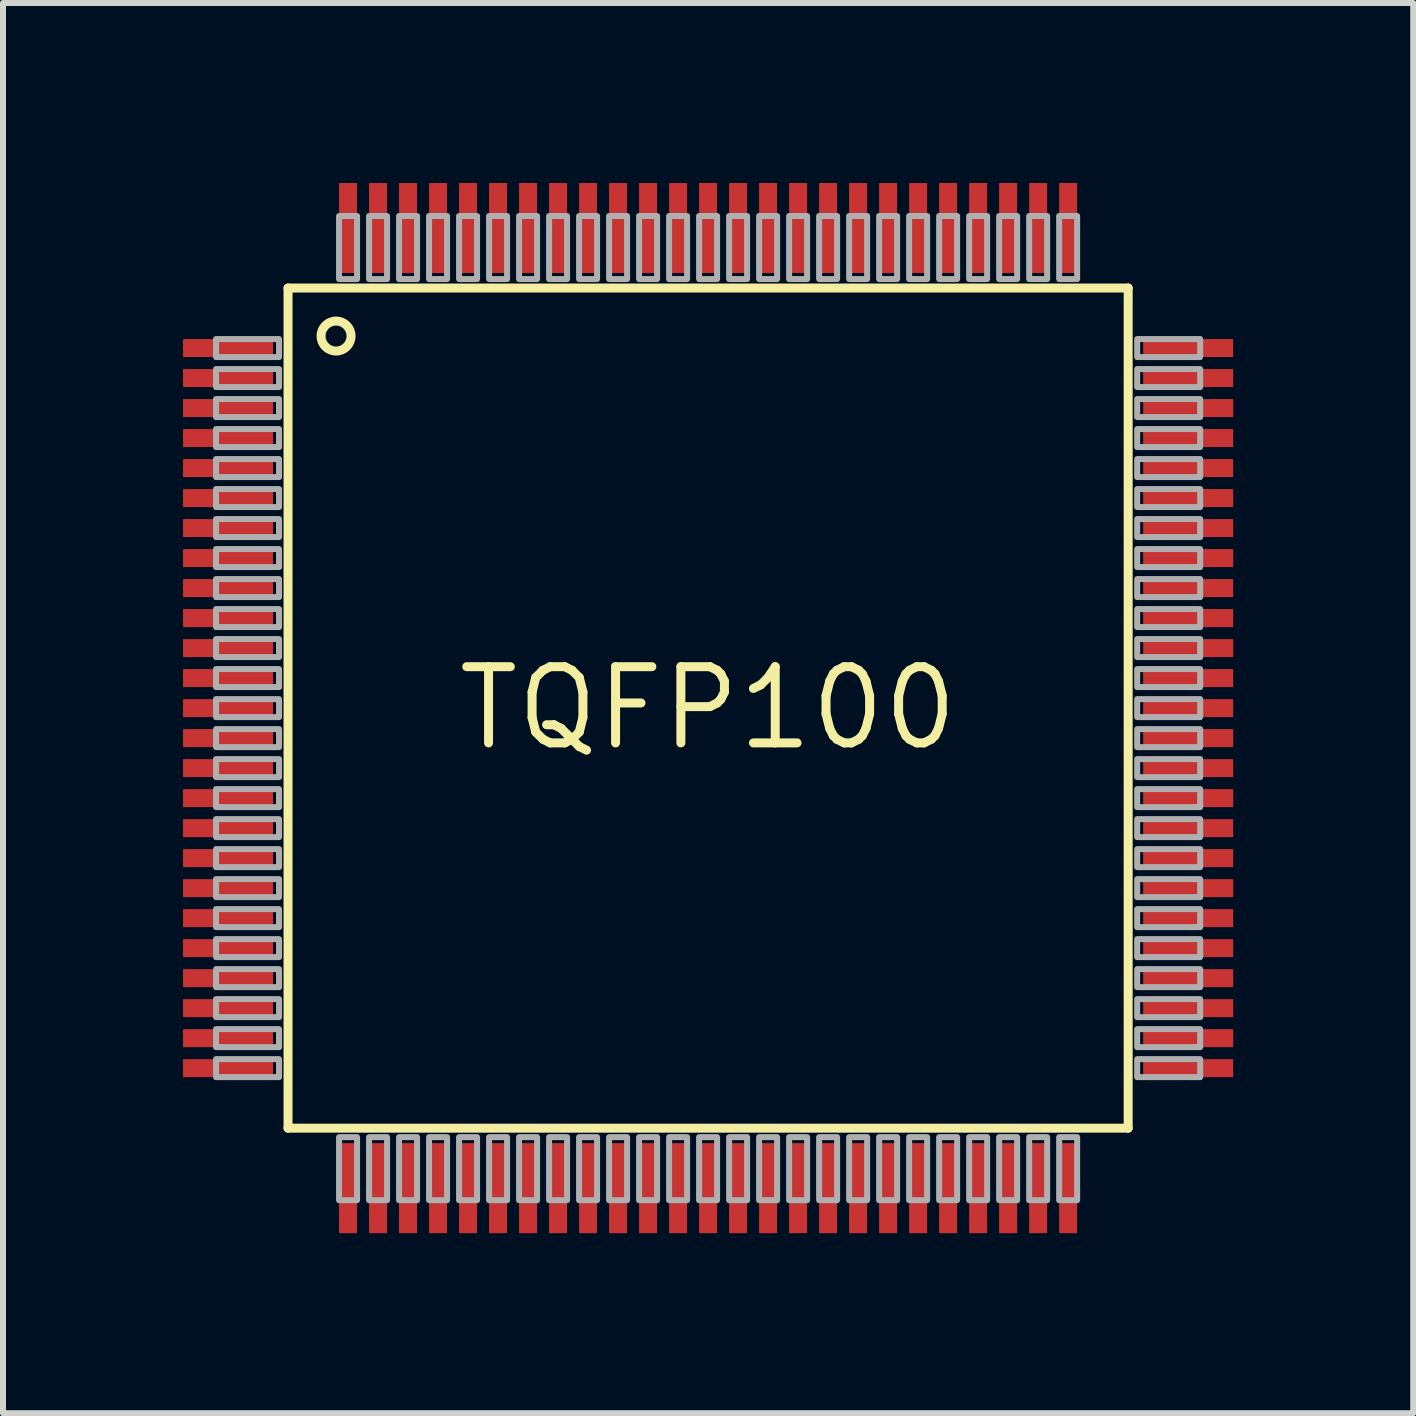
<source format=kicad_pcb>
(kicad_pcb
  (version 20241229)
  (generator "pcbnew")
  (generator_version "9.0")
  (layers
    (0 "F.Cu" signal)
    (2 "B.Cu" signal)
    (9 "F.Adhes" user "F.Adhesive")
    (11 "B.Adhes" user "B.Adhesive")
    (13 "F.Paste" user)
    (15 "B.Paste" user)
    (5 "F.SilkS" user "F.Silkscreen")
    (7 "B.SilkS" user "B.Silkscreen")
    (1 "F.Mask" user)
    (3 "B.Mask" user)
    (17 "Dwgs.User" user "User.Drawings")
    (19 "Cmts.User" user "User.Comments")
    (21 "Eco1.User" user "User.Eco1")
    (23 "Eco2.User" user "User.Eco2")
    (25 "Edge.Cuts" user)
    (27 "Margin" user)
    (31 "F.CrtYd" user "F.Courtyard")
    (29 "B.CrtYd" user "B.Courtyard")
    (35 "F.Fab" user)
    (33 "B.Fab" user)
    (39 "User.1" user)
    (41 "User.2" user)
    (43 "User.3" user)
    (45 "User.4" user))
  (footprint "TQFP100"
    (layer "F.Cu")
    (at 8.75 8.75)
    (property "Reference" "TQFP100" (at 0 0 0) (layer "F.SilkS") (effects (font (size 1.27 1.27) (thickness 0.15))))
    (attr through_hole)
    (fp_line (start -7 -7) (end 7 -7) (stroke (width 0.15) (type solid)) (layer "F.SilkS"))
    (fp_line (start -7 7) (end -7 -7) (stroke (width 0.15) (type solid)) (layer "F.SilkS"))
    (fp_line (start 7 -7) (end 7 7) (stroke (width 0.15) (type solid)) (layer "F.SilkS"))
    (fp_line (start 7 7) (end -7 7) (stroke (width 0.15) (type solid)) (layer "F.SilkS"))
    (fp_circle (center -6.2 -6.2) (end -5.95 -6.2) (stroke (width 0.15) (type solid)) (fill no) (layer "F.SilkS"))
    (fp_poly (pts (xy -8.2 -5.85) (xy -7.15 -5.85) (xy -7.15 -6.15) (xy -8.2 -6.15)) (stroke (width 0.1) (type solid)) (fill no) (layer "F.Fab"))
    (fp_poly (pts (xy -8.2 -5.35) (xy -7.15 -5.35) (xy -7.15 -5.65) (xy -8.2 -5.65)) (stroke (width 0.1) (type solid)) (fill no) (layer "F.Fab"))
    (fp_poly (pts (xy -8.2 -4.85) (xy -7.15 -4.85) (xy -7.15 -5.15) (xy -8.2 -5.15)) (stroke (width 0.1) (type solid)) (fill no) (layer "F.Fab"))
    (fp_poly (pts (xy -8.2 -4.35) (xy -7.15 -4.35) (xy -7.15 -4.65) (xy -8.2 -4.65)) (stroke (width 0.1) (type solid)) (fill no) (layer "F.Fab"))
    (fp_poly (pts (xy -8.2 -3.85) (xy -7.15 -3.85) (xy -7.15 -4.15) (xy -8.2 -4.15)) (stroke (width 0.1) (type solid)) (fill no) (layer "F.Fab"))
    (fp_poly (pts (xy -8.2 -3.35) (xy -7.15 -3.35) (xy -7.15 -3.65) (xy -8.2 -3.65)) (stroke (width 0.1) (type solid)) (fill no) (layer "F.Fab"))
    (fp_poly (pts (xy -8.2 -2.85) (xy -7.15 -2.85) (xy -7.15 -3.15) (xy -8.2 -3.15)) (stroke (width 0.1) (type solid)) (fill no) (layer "F.Fab"))
    (fp_poly (pts (xy -8.2 -2.35) (xy -7.15 -2.35) (xy -7.15 -2.65) (xy -8.2 -2.65)) (stroke (width 0.1) (type solid)) (fill no) (layer "F.Fab"))
    (fp_poly (pts (xy -8.2 -1.85) (xy -7.15 -1.85) (xy -7.15 -2.15) (xy -8.2 -2.15)) (stroke (width 0.1) (type solid)) (fill no) (layer "F.Fab"))
    (fp_poly (pts (xy -8.2 -1.35) (xy -7.15 -1.35) (xy -7.15 -1.65) (xy -8.2 -1.65)) (stroke (width 0.1) (type solid)) (fill no) (layer "F.Fab"))
    (fp_poly (pts (xy -8.2 -0.85) (xy -7.15 -0.85) (xy -7.15 -1.15) (xy -8.2 -1.15)) (stroke (width 0.1) (type solid)) (fill no) (layer "F.Fab"))
    (fp_poly (pts (xy -8.2 -0.35) (xy -7.15 -0.35) (xy -7.15 -0.65) (xy -8.2 -0.65)) (stroke (width 0.1) (type solid)) (fill no) (layer "F.Fab"))
    (fp_poly (pts (xy -8.2 0.15) (xy -7.15 0.15) (xy -7.15 -0.15) (xy -8.2 -0.15)) (stroke (width 0.1) (type solid)) (fill no) (layer "F.Fab"))
    (fp_poly (pts (xy -8.2 0.65) (xy -7.15 0.65) (xy -7.15 0.35) (xy -8.2 0.35)) (stroke (width 0.1) (type solid)) (fill no) (layer "F.Fab"))
    (fp_poly (pts (xy -8.2 1.15) (xy -7.15 1.15) (xy -7.15 0.85) (xy -8.2 0.85)) (stroke (width 0.1) (type solid)) (fill no) (layer "F.Fab"))
    (fp_poly (pts (xy -8.2 1.65) (xy -7.15 1.65) (xy -7.15 1.35) (xy -8.2 1.35)) (stroke (width 0.1) (type solid)) (fill no) (layer "F.Fab"))
    (fp_poly (pts (xy -8.2 2.15) (xy -7.15 2.15) (xy -7.15 1.85) (xy -8.2 1.85)) (stroke (width 0.1) (type solid)) (fill no) (layer "F.Fab"))
    (fp_poly (pts (xy -8.2 2.65) (xy -7.15 2.65) (xy -7.15 2.35) (xy -8.2 2.35)) (stroke (width 0.1) (type solid)) (fill no) (layer "F.Fab"))
    (fp_poly (pts (xy -8.2 3.15) (xy -7.15 3.15) (xy -7.15 2.85) (xy -8.2 2.85)) (stroke (width 0.1) (type solid)) (fill no) (layer "F.Fab"))
    (fp_poly (pts (xy -8.2 3.65) (xy -7.15 3.65) (xy -7.15 3.35) (xy -8.2 3.35)) (stroke (width 0.1) (type solid)) (fill no) (layer "F.Fab"))
    (fp_poly (pts (xy -8.2 4.15) (xy -7.15 4.15) (xy -7.15 3.85) (xy -8.2 3.85)) (stroke (width 0.1) (type solid)) (fill no) (layer "F.Fab"))
    (fp_poly (pts (xy -8.2 4.65) (xy -7.15 4.65) (xy -7.15 4.35) (xy -8.2 4.35)) (stroke (width 0.1) (type solid)) (fill no) (layer "F.Fab"))
    (fp_poly (pts (xy -8.2 5.15) (xy -7.15 5.15) (xy -7.15 4.85) (xy -8.2 4.85)) (stroke (width 0.1) (type solid)) (fill no) (layer "F.Fab"))
    (fp_poly (pts (xy -8.2 5.65) (xy -7.15 5.65) (xy -7.15 5.35) (xy -8.2 5.35)) (stroke (width 0.1) (type solid)) (fill no) (layer "F.Fab"))
    (fp_poly (pts (xy -8.2 6.15) (xy -7.15 6.15) (xy -7.15 5.85) (xy -8.2 5.85)) (stroke (width 0.1) (type solid)) (fill no) (layer "F.Fab"))
    (fp_poly (pts (xy -6.15 -7.15) (xy -5.85 -7.15) (xy -5.85 -8.2) (xy -6.15 -8.2)) (stroke (width 0.1) (type solid)) (fill no) (layer "F.Fab"))
    (fp_poly (pts (xy -6.15 8.2) (xy -5.85 8.2) (xy -5.85 7.15) (xy -6.15 7.15)) (stroke (width 0.1) (type solid)) (fill no) (layer "F.Fab"))
    (fp_poly (pts (xy -5.65 -7.15) (xy -5.35 -7.15) (xy -5.35 -8.2) (xy -5.65 -8.2)) (stroke (width 0.1) (type solid)) (fill no) (layer "F.Fab"))
    (fp_poly (pts (xy -5.65 8.2) (xy -5.35 8.2) (xy -5.35 7.15) (xy -5.65 7.15)) (stroke (width 0.1) (type solid)) (fill no) (layer "F.Fab"))
    (fp_poly (pts (xy -5.15 -7.15) (xy -4.85 -7.15) (xy -4.85 -8.2) (xy -5.15 -8.2)) (stroke (width 0.1) (type solid)) (fill no) (layer "F.Fab"))
    (fp_poly (pts (xy -5.15 8.2) (xy -4.85 8.2) (xy -4.85 7.15) (xy -5.15 7.15)) (stroke (width 0.1) (type solid)) (fill no) (layer "F.Fab"))
    (fp_poly (pts (xy -4.65 -7.15) (xy -4.35 -7.15) (xy -4.35 -8.2) (xy -4.65 -8.2)) (stroke (width 0.1) (type solid)) (fill no) (layer "F.Fab"))
    (fp_poly (pts (xy -4.65 8.2) (xy -4.35 8.2) (xy -4.35 7.15) (xy -4.65 7.15)) (stroke (width 0.1) (type solid)) (fill no) (layer "F.Fab"))
    (fp_poly (pts (xy -4.15 -7.15) (xy -3.85 -7.15) (xy -3.85 -8.2) (xy -4.15 -8.2)) (stroke (width 0.1) (type solid)) (fill no) (layer "F.Fab"))
    (fp_poly (pts (xy -4.15 8.2) (xy -3.85 8.2) (xy -3.85 7.15) (xy -4.15 7.15)) (stroke (width 0.1) (type solid)) (fill no) (layer "F.Fab"))
    (fp_poly (pts (xy -3.65 -7.15) (xy -3.35 -7.15) (xy -3.35 -8.2) (xy -3.65 -8.2)) (stroke (width 0.1) (type solid)) (fill no) (layer "F.Fab"))
    (fp_poly (pts (xy -3.65 8.2) (xy -3.35 8.2) (xy -3.35 7.15) (xy -3.65 7.15)) (stroke (width 0.1) (type solid)) (fill no) (layer "F.Fab"))
    (fp_poly (pts (xy -3.15 -7.15) (xy -2.85 -7.15) (xy -2.85 -8.2) (xy -3.15 -8.2)) (stroke (width 0.1) (type solid)) (fill no) (layer "F.Fab"))
    (fp_poly (pts (xy -3.15 8.2) (xy -2.85 8.2) (xy -2.85 7.15) (xy -3.15 7.15)) (stroke (width 0.1) (type solid)) (fill no) (layer "F.Fab"))
    (fp_poly (pts (xy -2.65 -7.15) (xy -2.35 -7.15) (xy -2.35 -8.2) (xy -2.65 -8.2)) (stroke (width 0.1) (type solid)) (fill no) (layer "F.Fab"))
    (fp_poly (pts (xy -2.65 8.2) (xy -2.35 8.2) (xy -2.35 7.15) (xy -2.65 7.15)) (stroke (width 0.1) (type solid)) (fill no) (layer "F.Fab"))
    (fp_poly (pts (xy -2.15 -7.15) (xy -1.85 -7.15) (xy -1.85 -8.2) (xy -2.15 -8.2)) (stroke (width 0.1) (type solid)) (fill no) (layer "F.Fab"))
    (fp_poly (pts (xy -2.15 8.2) (xy -1.85 8.2) (xy -1.85 7.15) (xy -2.15 7.15)) (stroke (width 0.1) (type solid)) (fill no) (layer "F.Fab"))
    (fp_poly (pts (xy -1.65 -7.15) (xy -1.35 -7.15) (xy -1.35 -8.2) (xy -1.65 -8.2)) (stroke (width 0.1) (type solid)) (fill no) (layer "F.Fab"))
    (fp_poly (pts (xy -1.65 8.2) (xy -1.35 8.2) (xy -1.35 7.15) (xy -1.65 7.15)) (stroke (width 0.1) (type solid)) (fill no) (layer "F.Fab"))
    (fp_poly (pts (xy -1.15 -7.15) (xy -0.85 -7.15) (xy -0.85 -8.2) (xy -1.15 -8.2)) (stroke (width 0.1) (type solid)) (fill no) (layer "F.Fab"))
    (fp_poly (pts (xy -1.15 8.2) (xy -0.85 8.2) (xy -0.85 7.15) (xy -1.15 7.15)) (stroke (width 0.1) (type solid)) (fill no) (layer "F.Fab"))
    (fp_poly (pts (xy -0.65 -7.15) (xy -0.35 -7.15) (xy -0.35 -8.2) (xy -0.65 -8.2)) (stroke (width 0.1) (type solid)) (fill no) (layer "F.Fab"))
    (fp_poly (pts (xy -0.65 8.2) (xy -0.35 8.2) (xy -0.35 7.15) (xy -0.65 7.15)) (stroke (width 0.1) (type solid)) (fill no) (layer "F.Fab"))
    (fp_poly (pts (xy -0.15 -7.15) (xy 0.15 -7.15) (xy 0.15 -8.2) (xy -0.15 -8.2)) (stroke (width 0.1) (type solid)) (fill no) (layer "F.Fab"))
    (fp_poly (pts (xy -0.15 8.2) (xy 0.15 8.2) (xy 0.15 7.15) (xy -0.15 7.15)) (stroke (width 0.1) (type solid)) (fill no) (layer "F.Fab"))
    (fp_poly (pts (xy 0.35 -7.15) (xy 0.65 -7.15) (xy 0.65 -8.2) (xy 0.35 -8.2)) (stroke (width 0.1) (type solid)) (fill no) (layer "F.Fab"))
    (fp_poly (pts (xy 0.35 8.2) (xy 0.65 8.2) (xy 0.65 7.15) (xy 0.35 7.15)) (stroke (width 0.1) (type solid)) (fill no) (layer "F.Fab"))
    (fp_poly (pts (xy 0.85 -7.15) (xy 1.15 -7.15) (xy 1.15 -8.2) (xy 0.85 -8.2)) (stroke (width 0.1) (type solid)) (fill no) (layer "F.Fab"))
    (fp_poly (pts (xy 0.85 8.2) (xy 1.15 8.2) (xy 1.15 7.15) (xy 0.85 7.15)) (stroke (width 0.1) (type solid)) (fill no) (layer "F.Fab"))
    (fp_poly (pts (xy 1.35 -7.15) (xy 1.65 -7.15) (xy 1.65 -8.2) (xy 1.35 -8.2)) (stroke (width 0.1) (type solid)) (fill no) (layer "F.Fab"))
    (fp_poly (pts (xy 1.35 8.2) (xy 1.65 8.2) (xy 1.65 7.15) (xy 1.35 7.15)) (stroke (width 0.1) (type solid)) (fill no) (layer "F.Fab"))
    (fp_poly (pts (xy 1.85 -7.15) (xy 2.15 -7.15) (xy 2.15 -8.2) (xy 1.85 -8.2)) (stroke (width 0.1) (type solid)) (fill no) (layer "F.Fab"))
    (fp_poly (pts (xy 1.85 8.2) (xy 2.15 8.2) (xy 2.15 7.15) (xy 1.85 7.15)) (stroke (width 0.1) (type solid)) (fill no) (layer "F.Fab"))
    (fp_poly (pts (xy 2.35 -7.15) (xy 2.65 -7.15) (xy 2.65 -8.2) (xy 2.35 -8.2)) (stroke (width 0.1) (type solid)) (fill no) (layer "F.Fab"))
    (fp_poly (pts (xy 2.35 8.2) (xy 2.65 8.2) (xy 2.65 7.15) (xy 2.35 7.15)) (stroke (width 0.1) (type solid)) (fill no) (layer "F.Fab"))
    (fp_poly (pts (xy 2.85 -7.15) (xy 3.15 -7.15) (xy 3.15 -8.2) (xy 2.85 -8.2)) (stroke (width 0.1) (type solid)) (fill no) (layer "F.Fab"))
    (fp_poly (pts (xy 2.85 8.2) (xy 3.15 8.2) (xy 3.15 7.15) (xy 2.85 7.15)) (stroke (width 0.1) (type solid)) (fill no) (layer "F.Fab"))
    (fp_poly (pts (xy 3.35 -7.15) (xy 3.65 -7.15) (xy 3.65 -8.2) (xy 3.35 -8.2)) (stroke (width 0.1) (type solid)) (fill no) (layer "F.Fab"))
    (fp_poly (pts (xy 3.35 8.2) (xy 3.65 8.2) (xy 3.65 7.15) (xy 3.35 7.15)) (stroke (width 0.1) (type solid)) (fill no) (layer "F.Fab"))
    (fp_poly (pts (xy 3.85 -7.15) (xy 4.15 -7.15) (xy 4.15 -8.2) (xy 3.85 -8.2)) (stroke (width 0.1) (type solid)) (fill no) (layer "F.Fab"))
    (fp_poly (pts (xy 3.85 8.2) (xy 4.15 8.2) (xy 4.15 7.15) (xy 3.85 7.15)) (stroke (width 0.1) (type solid)) (fill no) (layer "F.Fab"))
    (fp_poly (pts (xy 4.35 -7.15) (xy 4.65 -7.15) (xy 4.65 -8.2) (xy 4.35 -8.2)) (stroke (width 0.1) (type solid)) (fill no) (layer "F.Fab"))
    (fp_poly (pts (xy 4.35 8.2) (xy 4.65 8.2) (xy 4.65 7.15) (xy 4.35 7.15)) (stroke (width 0.1) (type solid)) (fill no) (layer "F.Fab"))
    (fp_poly (pts (xy 4.85 -7.15) (xy 5.15 -7.15) (xy 5.15 -8.2) (xy 4.85 -8.2)) (stroke (width 0.1) (type solid)) (fill no) (layer "F.Fab"))
    (fp_poly (pts (xy 4.85 8.2) (xy 5.15 8.2) (xy 5.15 7.15) (xy 4.85 7.15)) (stroke (width 0.1) (type solid)) (fill no) (layer "F.Fab"))
    (fp_poly (pts (xy 5.35 -7.15) (xy 5.65 -7.15) (xy 5.65 -8.2) (xy 5.35 -8.2)) (stroke (width 0.1) (type solid)) (fill no) (layer "F.Fab"))
    (fp_poly (pts (xy 5.35 8.2) (xy 5.65 8.2) (xy 5.65 7.15) (xy 5.35 7.15)) (stroke (width 0.1) (type solid)) (fill no) (layer "F.Fab"))
    (fp_poly (pts (xy 5.85 -7.15) (xy 6.15 -7.15) (xy 6.15 -8.2) (xy 5.85 -8.2)) (stroke (width 0.1) (type solid)) (fill no) (layer "F.Fab"))
    (fp_poly (pts (xy 5.85 8.2) (xy 6.15 8.2) (xy 6.15 7.15) (xy 5.85 7.15)) (stroke (width 0.1) (type solid)) (fill no) (layer "F.Fab"))
    (fp_poly (pts (xy 7.15 -5.85) (xy 8.2 -5.85) (xy 8.2 -6.15) (xy 7.15 -6.15)) (stroke (width 0.1) (type solid)) (fill no) (layer "F.Fab"))
    (fp_poly (pts (xy 7.15 -5.35) (xy 8.2 -5.35) (xy 8.2 -5.65) (xy 7.15 -5.65)) (stroke (width 0.1) (type solid)) (fill no) (layer "F.Fab"))
    (fp_poly (pts (xy 7.15 -4.85) (xy 8.2 -4.85) (xy 8.2 -5.15) (xy 7.15 -5.15)) (stroke (width 0.1) (type solid)) (fill no) (layer "F.Fab"))
    (fp_poly (pts (xy 7.15 -4.35) (xy 8.2 -4.35) (xy 8.2 -4.65) (xy 7.15 -4.65)) (stroke (width 0.1) (type solid)) (fill no) (layer "F.Fab"))
    (fp_poly (pts (xy 7.15 -3.85) (xy 8.2 -3.85) (xy 8.2 -4.15) (xy 7.15 -4.15)) (stroke (width 0.1) (type solid)) (fill no) (layer "F.Fab"))
    (fp_poly (pts (xy 7.15 -3.35) (xy 8.2 -3.35) (xy 8.2 -3.65) (xy 7.15 -3.65)) (stroke (width 0.1) (type solid)) (fill no) (layer "F.Fab"))
    (fp_poly (pts (xy 7.15 -2.85) (xy 8.2 -2.85) (xy 8.2 -3.15) (xy 7.15 -3.15)) (stroke (width 0.1) (type solid)) (fill no) (layer "F.Fab"))
    (fp_poly (pts (xy 7.15 -2.35) (xy 8.2 -2.35) (xy 8.2 -2.65) (xy 7.15 -2.65)) (stroke (width 0.1) (type solid)) (fill no) (layer "F.Fab"))
    (fp_poly (pts (xy 7.15 -1.85) (xy 8.2 -1.85) (xy 8.2 -2.15) (xy 7.15 -2.15)) (stroke (width 0.1) (type solid)) (fill no) (layer "F.Fab"))
    (fp_poly (pts (xy 7.15 -1.35) (xy 8.2 -1.35) (xy 8.2 -1.65) (xy 7.15 -1.65)) (stroke (width 0.1) (type solid)) (fill no) (layer "F.Fab"))
    (fp_poly (pts (xy 7.15 -0.85) (xy 8.2 -0.85) (xy 8.2 -1.15) (xy 7.15 -1.15)) (stroke (width 0.1) (type solid)) (fill no) (layer "F.Fab"))
    (fp_poly (pts (xy 7.15 -0.35) (xy 8.2 -0.35) (xy 8.2 -0.65) (xy 7.15 -0.65)) (stroke (width 0.1) (type solid)) (fill no) (layer "F.Fab"))
    (fp_poly (pts (xy 7.15 0.15) (xy 8.2 0.15) (xy 8.2 -0.15) (xy 7.15 -0.15)) (stroke (width 0.1) (type solid)) (fill no) (layer "F.Fab"))
    (fp_poly (pts (xy 7.15 0.65) (xy 8.2 0.65) (xy 8.2 0.35) (xy 7.15 0.35)) (stroke (width 0.1) (type solid)) (fill no) (layer "F.Fab"))
    (fp_poly (pts (xy 7.15 1.15) (xy 8.2 1.15) (xy 8.2 0.85) (xy 7.15 0.85)) (stroke (width 0.1) (type solid)) (fill no) (layer "F.Fab"))
    (fp_poly (pts (xy 7.15 1.65) (xy 8.2 1.65) (xy 8.2 1.35) (xy 7.15 1.35)) (stroke (width 0.1) (type solid)) (fill no) (layer "F.Fab"))
    (fp_poly (pts (xy 7.15 2.15) (xy 8.2 2.15) (xy 8.2 1.85) (xy 7.15 1.85)) (stroke (width 0.1) (type solid)) (fill no) (layer "F.Fab"))
    (fp_poly (pts (xy 7.15 2.65) (xy 8.2 2.65) (xy 8.2 2.35) (xy 7.15 2.35)) (stroke (width 0.1) (type solid)) (fill no) (layer "F.Fab"))
    (fp_poly (pts (xy 7.15 3.15) (xy 8.2 3.15) (xy 8.2 2.85) (xy 7.15 2.85)) (stroke (width 0.1) (type solid)) (fill no) (layer "F.Fab"))
    (fp_poly (pts (xy 7.15 3.65) (xy 8.2 3.65) (xy 8.2 3.35) (xy 7.15 3.35)) (stroke (width 0.1) (type solid)) (fill no) (layer "F.Fab"))
    (fp_poly (pts (xy 7.15 4.15) (xy 8.2 4.15) (xy 8.2 3.85) (xy 7.15 3.85)) (stroke (width 0.1) (type solid)) (fill no) (layer "F.Fab"))
    (fp_poly (pts (xy 7.15 4.65) (xy 8.2 4.65) (xy 8.2 4.35) (xy 7.15 4.35)) (stroke (width 0.1) (type solid)) (fill no) (layer "F.Fab"))
    (fp_poly (pts (xy 7.15 5.15) (xy 8.2 5.15) (xy 8.2 4.85) (xy 7.15 4.85)) (stroke (width 0.1) (type solid)) (fill no) (layer "F.Fab"))
    (fp_poly (pts (xy 7.15 5.65) (xy 8.2 5.65) (xy 8.2 5.35) (xy 7.15 5.35)) (stroke (width 0.1) (type solid)) (fill no) (layer "F.Fab"))
    (fp_poly (pts (xy 7.15 6.15) (xy 8.2 6.15) (xy 8.2 5.85) (xy 7.15 5.85)) (stroke (width 0.1) (type solid)) (fill no) (layer "F.Fab"))
    (pad "1" smd rect (at -8 -6) (size 1.5 0.3) (layers "F.Cu" "F.Mask" "F.Paste"))
    (pad "2" smd rect (at -8 -5.5) (size 1.5 0.3) (layers "F.Cu" "F.Mask" "F.Paste"))
    (pad "3" smd rect (at -8 -5) (size 1.5 0.3) (layers "F.Cu" "F.Mask" "F.Paste"))
    (pad "4" smd rect (at -8 -4.5) (size 1.5 0.3) (layers "F.Cu" "F.Mask" "F.Paste"))
    (pad "5" smd rect (at -8 -4) (size 1.5 0.3) (layers "F.Cu" "F.Mask" "F.Paste"))
    (pad "6" smd rect (at -8 -3.5) (size 1.5 0.3) (layers "F.Cu" "F.Mask" "F.Paste"))
    (pad "7" smd rect (at -8 -3) (size 1.5 0.3) (layers "F.Cu" "F.Mask" "F.Paste"))
    (pad "8" smd rect (at -8 -2.5) (size 1.5 0.3) (layers "F.Cu" "F.Mask" "F.Paste"))
    (pad "9" smd rect (at -8 -2) (size 1.5 0.3) (layers "F.Cu" "F.Mask" "F.Paste"))
    (pad "10" smd rect (at -8 -1.5) (size 1.5 0.3) (layers "F.Cu" "F.Mask" "F.Paste"))
    (pad "11" smd rect (at -8 -1) (size 1.5 0.3) (layers "F.Cu" "F.Mask" "F.Paste"))
    (pad "12" smd rect (at -8 -0.5) (size 1.5 0.3) (layers "F.Cu" "F.Mask" "F.Paste"))
    (pad "13" smd rect (at -8 0) (size 1.5 0.3) (layers "F.Cu" "F.Mask" "F.Paste"))
    (pad "14" smd rect (at -8 0.5) (size 1.5 0.3) (layers "F.Cu" "F.Mask" "F.Paste"))
    (pad "15" smd rect (at -8 1) (size 1.5 0.3) (layers "F.Cu" "F.Mask" "F.Paste"))
    (pad "16" smd rect (at -8 1.5) (size 1.5 0.3) (layers "F.Cu" "F.Mask" "F.Paste"))
    (pad "17" smd rect (at -8 2) (size 1.5 0.3) (layers "F.Cu" "F.Mask" "F.Paste"))
    (pad "18" smd rect (at -8 2.5) (size 1.5 0.3) (layers "F.Cu" "F.Mask" "F.Paste"))
    (pad "19" smd rect (at -8 3) (size 1.5 0.3) (layers "F.Cu" "F.Mask" "F.Paste"))
    (pad "20" smd rect (at -8 3.5) (size 1.5 0.3) (layers "F.Cu" "F.Mask" "F.Paste"))
    (pad "21" smd rect (at -8 4) (size 1.5 0.3) (layers "F.Cu" "F.Mask" "F.Paste"))
    (pad "22" smd rect (at -8 4.5) (size 1.5 0.3) (layers "F.Cu" "F.Mask" "F.Paste"))
    (pad "23" smd rect (at -8 5) (size 1.5 0.3) (layers "F.Cu" "F.Mask" "F.Paste"))
    (pad "24" smd rect (at -8 5.5) (size 1.5 0.3) (layers "F.Cu" "F.Mask" "F.Paste"))
    (pad "25" smd rect (at -8 6) (size 1.5 0.3) (layers "F.Cu" "F.Mask" "F.Paste"))
    (pad "26" smd rect (at -6 8) (size 0.3 1.5) (layers "F.Cu" "F.Mask" "F.Paste"))
    (pad "27" smd rect (at -5.5 8) (size 0.3 1.5) (layers "F.Cu" "F.Mask" "F.Paste"))
    (pad "28" smd rect (at -5 8) (size 0.3 1.5) (layers "F.Cu" "F.Mask" "F.Paste"))
    (pad "29" smd rect (at -4.5 8) (size 0.3 1.5) (layers "F.Cu" "F.Mask" "F.Paste"))
    (pad "30" smd rect (at -4 8) (size 0.3 1.5) (layers "F.Cu" "F.Mask" "F.Paste"))
    (pad "31" smd rect (at -3.5 8) (size 0.3 1.5) (layers "F.Cu" "F.Mask" "F.Paste"))
    (pad "32" smd rect (at -3 8) (size 0.3 1.5) (layers "F.Cu" "F.Mask" "F.Paste"))
    (pad "33" smd rect (at -2.5 8) (size 0.3 1.5) (layers "F.Cu" "F.Mask" "F.Paste"))
    (pad "34" smd rect (at -2 8) (size 0.3 1.5) (layers "F.Cu" "F.Mask" "F.Paste"))
    (pad "35" smd rect (at -1.5 8) (size 0.3 1.5) (layers "F.Cu" "F.Mask" "F.Paste"))
    (pad "36" smd rect (at -1 8) (size 0.3 1.5) (layers "F.Cu" "F.Mask" "F.Paste"))
    (pad "37" smd rect (at -0.5 8) (size 0.3 1.5) (layers "F.Cu" "F.Mask" "F.Paste"))
    (pad "38" smd rect (at 0 8) (size 0.3 1.5) (layers "F.Cu" "F.Mask" "F.Paste"))
    (pad "39" smd rect (at 0.5 8) (size 0.3 1.5) (layers "F.Cu" "F.Mask" "F.Paste"))
    (pad "40" smd rect (at 1 8) (size 0.3 1.5) (layers "F.Cu" "F.Mask" "F.Paste"))
    (pad "41" smd rect (at 1.5 8) (size 0.3 1.5) (layers "F.Cu" "F.Mask" "F.Paste"))
    (pad "42" smd rect (at 2 8) (size 0.3 1.5) (layers "F.Cu" "F.Mask" "F.Paste"))
    (pad "43" smd rect (at 2.5 8) (size 0.3 1.5) (layers "F.Cu" "F.Mask" "F.Paste"))
    (pad "44" smd rect (at 3 8) (size 0.3 1.5) (layers "F.Cu" "F.Mask" "F.Paste"))
    (pad "45" smd rect (at 3.5 8) (size 0.3 1.5) (layers "F.Cu" "F.Mask" "F.Paste"))
    (pad "46" smd rect (at 4 8) (size 0.3 1.5) (layers "F.Cu" "F.Mask" "F.Paste"))
    (pad "47" smd rect (at 4.5 8) (size 0.3 1.5) (layers "F.Cu" "F.Mask" "F.Paste"))
    (pad "48" smd rect (at 5 8) (size 0.3 1.5) (layers "F.Cu" "F.Mask" "F.Paste"))
    (pad "49" smd rect (at 5.5 8) (size 0.3 1.5) (layers "F.Cu" "F.Mask" "F.Paste"))
    (pad "50" smd rect (at 6 8) (size 0.3 1.5) (layers "F.Cu" "F.Mask" "F.Paste"))
    (pad "51" smd rect (at 8 6) (size 1.5 0.3) (layers "F.Cu" "F.Mask" "F.Paste"))
    (pad "52" smd rect (at 8 5.5) (size 1.5 0.3) (layers "F.Cu" "F.Mask" "F.Paste"))
    (pad "53" smd rect (at 8 5) (size 1.5 0.3) (layers "F.Cu" "F.Mask" "F.Paste"))
    (pad "54" smd rect (at 8 4.5) (size 1.5 0.3) (layers "F.Cu" "F.Mask" "F.Paste"))
    (pad "55" smd rect (at 8 4) (size 1.5 0.3) (layers "F.Cu" "F.Mask" "F.Paste"))
    (pad "56" smd rect (at 8 3.5) (size 1.5 0.3) (layers "F.Cu" "F.Mask" "F.Paste"))
    (pad "57" smd rect (at 8 3) (size 1.5 0.3) (layers "F.Cu" "F.Mask" "F.Paste"))
    (pad "58" smd rect (at 8 2.5) (size 1.5 0.3) (layers "F.Cu" "F.Mask" "F.Paste"))
    (pad "59" smd rect (at 8 2) (size 1.5 0.3) (layers "F.Cu" "F.Mask" "F.Paste"))
    (pad "60" smd rect (at 8 1.5) (size 1.5 0.3) (layers "F.Cu" "F.Mask" "F.Paste"))
    (pad "61" smd rect (at 8 1) (size 1.5 0.3) (layers "F.Cu" "F.Mask" "F.Paste"))
    (pad "62" smd rect (at 8 0.5) (size 1.5 0.3) (layers "F.Cu" "F.Mask" "F.Paste"))
    (pad "63" smd rect (at 8 0) (size 1.5 0.3) (layers "F.Cu" "F.Mask" "F.Paste"))
    (pad "64" smd rect (at 8 -0.5) (size 1.5 0.3) (layers "F.Cu" "F.Mask" "F.Paste"))
    (pad "65" smd rect (at 8 -1) (size 1.5 0.3) (layers "F.Cu" "F.Mask" "F.Paste"))
    (pad "66" smd rect (at 8 -1.5) (size 1.5 0.3) (layers "F.Cu" "F.Mask" "F.Paste"))
    (pad "67" smd rect (at 8 -2) (size 1.5 0.3) (layers "F.Cu" "F.Mask" "F.Paste"))
    (pad "68" smd rect (at 8 -2.5) (size 1.5 0.3) (layers "F.Cu" "F.Mask" "F.Paste"))
    (pad "69" smd rect (at 8 -3) (size 1.5 0.3) (layers "F.Cu" "F.Mask" "F.Paste"))
    (pad "70" smd rect (at 8 -3.5) (size 1.5 0.3) (layers "F.Cu" "F.Mask" "F.Paste"))
    (pad "71" smd rect (at 8 -4) (size 1.5 0.3) (layers "F.Cu" "F.Mask" "F.Paste"))
    (pad "72" smd rect (at 8 -4.5) (size 1.5 0.3) (layers "F.Cu" "F.Mask" "F.Paste"))
    (pad "73" smd rect (at 8 -5) (size 1.5 0.3) (layers "F.Cu" "F.Mask" "F.Paste"))
    (pad "74" smd rect (at 8 -5.5) (size 1.5 0.3) (layers "F.Cu" "F.Mask" "F.Paste"))
    (pad "75" smd rect (at 8 -6) (size 1.5 0.3) (layers "F.Cu" "F.Mask" "F.Paste"))
    (pad "76" smd rect (at 6 -8) (size 0.3 1.5) (layers "F.Cu" "F.Mask" "F.Paste"))
    (pad "77" smd rect (at 5.5 -8) (size 0.3 1.5) (layers "F.Cu" "F.Mask" "F.Paste"))
    (pad "78" smd rect (at 5 -8) (size 0.3 1.5) (layers "F.Cu" "F.Mask" "F.Paste"))
    (pad "79" smd rect (at 4.5 -8) (size 0.3 1.5) (layers "F.Cu" "F.Mask" "F.Paste"))
    (pad "80" smd rect (at 4 -8) (size 0.3 1.5) (layers "F.Cu" "F.Mask" "F.Paste"))
    (pad "81" smd rect (at 3.5 -8) (size 0.3 1.5) (layers "F.Cu" "F.Mask" "F.Paste"))
    (pad "82" smd rect (at 3 -8) (size 0.3 1.5) (layers "F.Cu" "F.Mask" "F.Paste"))
    (pad "83" smd rect (at 2.5 -8) (size 0.3 1.5) (layers "F.Cu" "F.Mask" "F.Paste"))
    (pad "84" smd rect (at 2 -8) (size 0.3 1.5) (layers "F.Cu" "F.Mask" "F.Paste"))
    (pad "85" smd rect (at 1.5 -8) (size 0.3 1.5) (layers "F.Cu" "F.Mask" "F.Paste"))
    (pad "86" smd rect (at 1 -8) (size 0.3 1.5) (layers "F.Cu" "F.Mask" "F.Paste"))
    (pad "87" smd rect (at 0.5 -8) (size 0.3 1.5) (layers "F.Cu" "F.Mask" "F.Paste"))
    (pad "88" smd rect (at 0 -8) (size 0.3 1.5) (layers "F.Cu" "F.Mask" "F.Paste"))
    (pad "89" smd rect (at -0.5 -8) (size 0.3 1.5) (layers "F.Cu" "F.Mask" "F.Paste"))
    (pad "90" smd rect (at -1 -8) (size 0.3 1.5) (layers "F.Cu" "F.Mask" "F.Paste"))
    (pad "91" smd rect (at -1.5 -8) (size 0.3 1.5) (layers "F.Cu" "F.Mask" "F.Paste"))
    (pad "92" smd rect (at -2 -8) (size 0.3 1.5) (layers "F.Cu" "F.Mask" "F.Paste"))
    (pad "93" smd rect (at -2.5 -8) (size 0.3 1.5) (layers "F.Cu" "F.Mask" "F.Paste"))
    (pad "94" smd rect (at -3 -8) (size 0.3 1.5) (layers "F.Cu" "F.Mask" "F.Paste"))
    (pad "95" smd rect (at -3.5 -8) (size 0.3 1.5) (layers "F.Cu" "F.Mask" "F.Paste"))
    (pad "96" smd rect (at -4 -8) (size 0.3 1.5) (layers "F.Cu" "F.Mask" "F.Paste"))
    (pad "97" smd rect (at -4.5 -8) (size 0.3 1.5) (layers "F.Cu" "F.Mask" "F.Paste"))
    (pad "98" smd rect (at -5 -8) (size 0.3 1.5) (layers "F.Cu" "F.Mask" "F.Paste"))
    (pad "99" smd rect (at -5.5 -8) (size 0.3 1.5) (layers "F.Cu" "F.Mask" "F.Paste"))
    (pad "100" smd rect (at -6 -8) (size 0.3 1.5) (layers "F.Cu" "F.Mask" "F.Paste")))
  (gr_rect
    (start -3 -3)
    (end 20.5 20.5)
    (stroke (width 0.1) (type default))
    (fill no)
    (layer "Edge.Cuts")))
</source>
